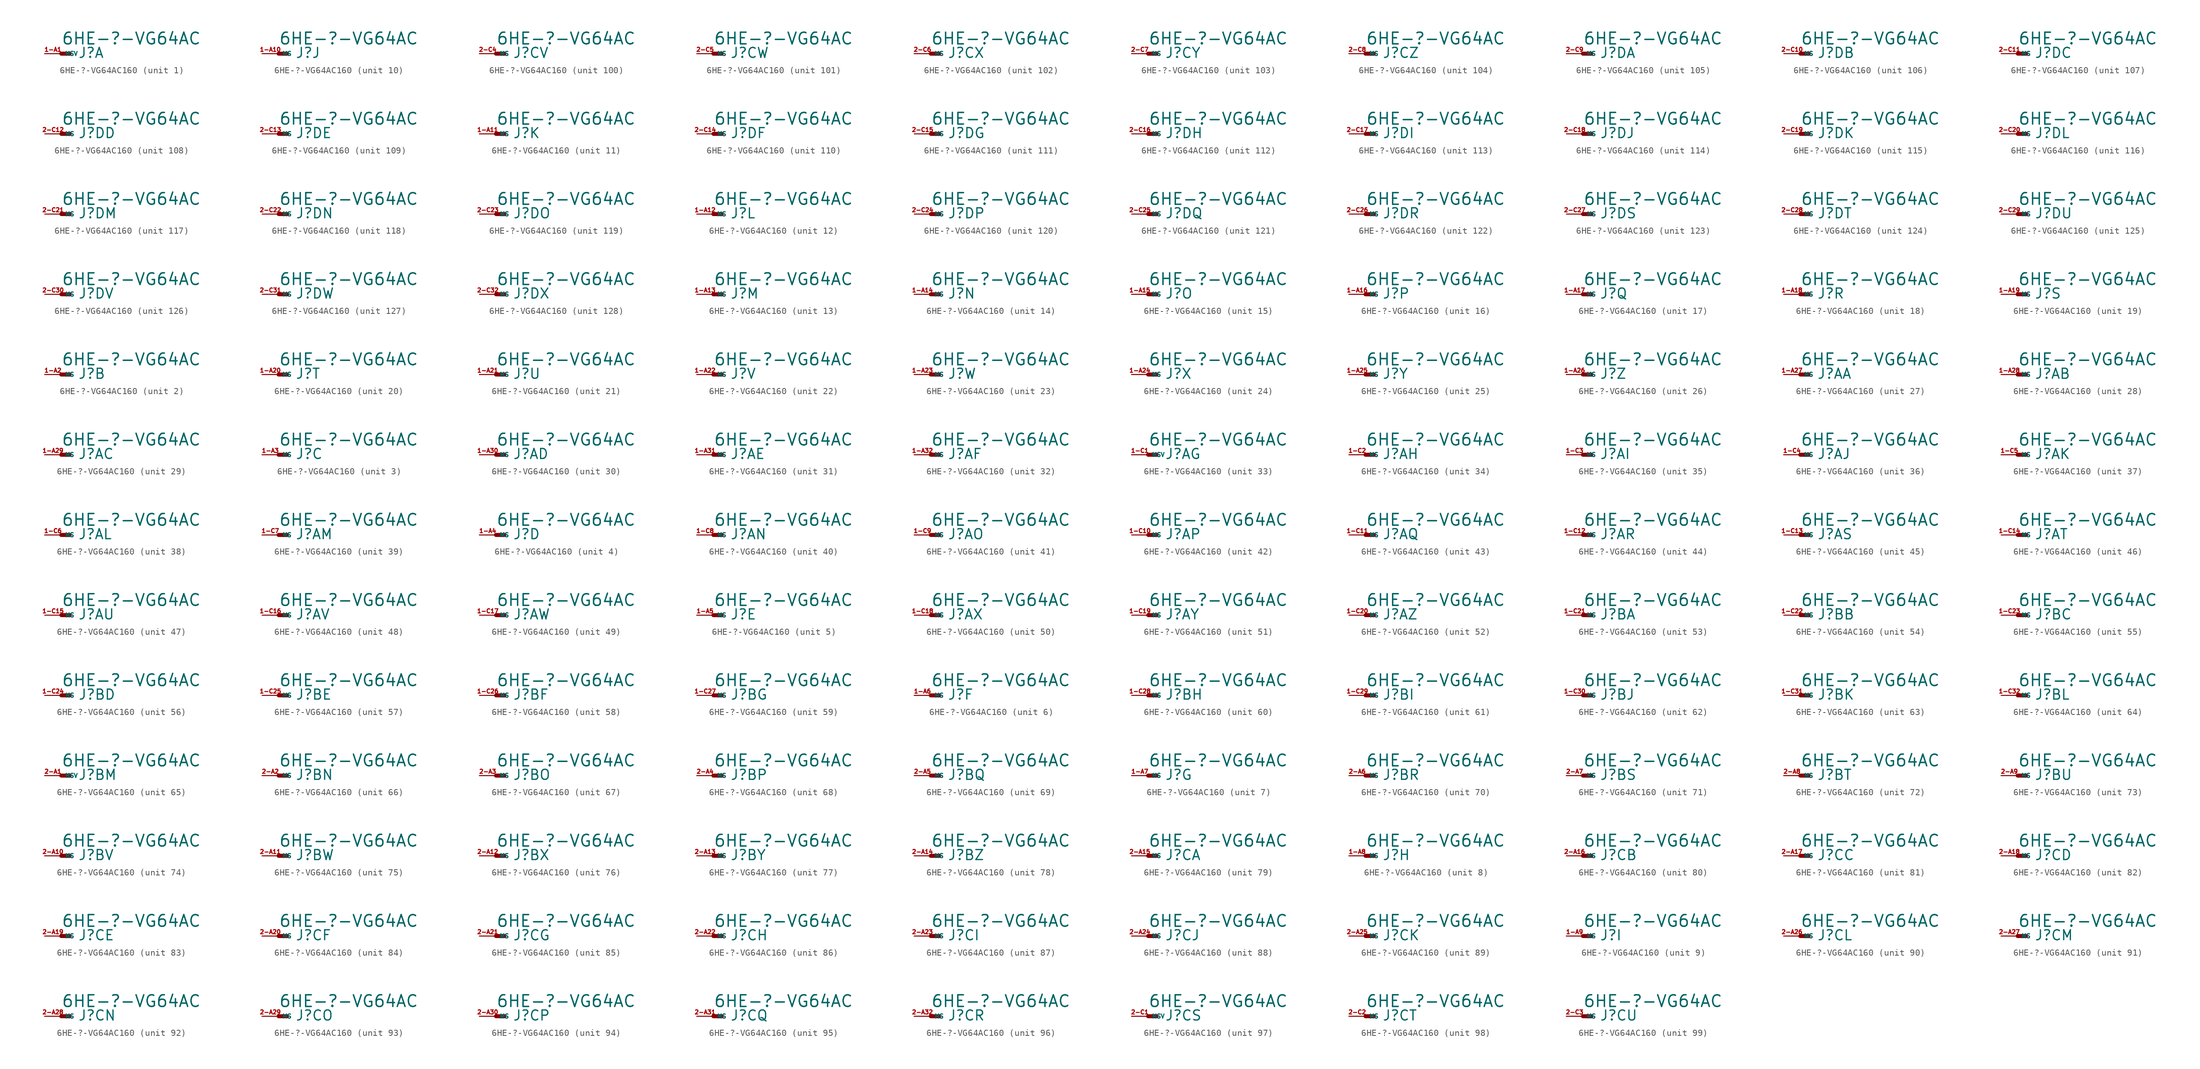
<source format=kicad_sym>
(kicad_symbol_lib
  (version 20220914)
  (generator Eagle2Kicad)
  (symbol "6HE-?-VG64AC160"
    (property "Reference" "J"
      (at 2.54 -0.762 0)
      (effects (font (size 1.524 1.524) (thickness 0.19)) (justify left bottom)))
    (property "Value" "6HE-?-VG64AC"
      (at 0 1.27 0)
      (effects (font (size 1.778 1.778) (thickness 0.22)) (justify left bottom)))
    (symbol "6HE-?-VG64AC160_1_0"
      (polyline (pts (xy 0 0) (xy 1.27 0)) (stroke (width 0.61) (type default)) (fill (type none)))
      (pin passive line (at -2.54 0 0) (length 2.54) (name "MSV" (effects (font (size 0.635 0.635) (thickness 0.08)) (justify left bottom))) (number "1-A1" (effects (font (size 0.635 0.635) (thickness 0.08)) (justify left bottom)))))
    (symbol "6HE-?-VG64AC160_2_0"
      (polyline (pts (xy 0 0) (xy 1.27 0)) (stroke (width 0.61) (type default)) (fill (type none)))
      (pin passive line (at -2.54 0 0) (length 2.54) (name "MS" (effects (font (size 0.635 0.635) (thickness 0.08)) (justify left bottom))) (number "1-A2" (effects (font (size 0.635 0.635) (thickness 0.08)) (justify left bottom)))))
    (symbol "6HE-?-VG64AC160_3_0"
      (polyline (pts (xy 0 0) (xy 1.27 0)) (stroke (width 0.61) (type default)) (fill (type none)))
      (pin passive line (at -2.54 0 0) (length 2.54) (name "MS" (effects (font (size 0.635 0.635) (thickness 0.08)) (justify left bottom))) (number "1-A3" (effects (font (size 0.635 0.635) (thickness 0.08)) (justify left bottom)))))
    (symbol "6HE-?-VG64AC160_4_0"
      (polyline (pts (xy 0 0) (xy 1.27 0)) (stroke (width 0.61) (type default)) (fill (type none)))
      (pin passive line (at -2.54 0 0) (length 2.54) (name "MS" (effects (font (size 0.635 0.635) (thickness 0.08)) (justify left bottom))) (number "1-A4" (effects (font (size 0.635 0.635) (thickness 0.08)) (justify left bottom)))))
    (symbol "6HE-?-VG64AC160_5_0"
      (polyline (pts (xy 0 0) (xy 1.27 0)) (stroke (width 0.61) (type default)) (fill (type none)))
      (pin passive line (at -2.54 0 0) (length 2.54) (name "MS" (effects (font (size 0.635 0.635) (thickness 0.08)) (justify left bottom))) (number "1-A5" (effects (font (size 0.635 0.635) (thickness 0.08)) (justify left bottom)))))
    (symbol "6HE-?-VG64AC160_6_0"
      (polyline (pts (xy 0 0) (xy 1.27 0)) (stroke (width 0.61) (type default)) (fill (type none)))
      (pin passive line (at -2.54 0 0) (length 2.54) (name "MS" (effects (font (size 0.635 0.635) (thickness 0.08)) (justify left bottom))) (number "1-A6" (effects (font (size 0.635 0.635) (thickness 0.08)) (justify left bottom)))))
    (symbol "6HE-?-VG64AC160_7_0"
      (polyline (pts (xy 0 0) (xy 1.27 0)) (stroke (width 0.61) (type default)) (fill (type none)))
      (pin passive line (at -2.54 0 0) (length 2.54) (name "MS" (effects (font (size 0.635 0.635) (thickness 0.08)) (justify left bottom))) (number "1-A7" (effects (font (size 0.635 0.635) (thickness 0.08)) (justify left bottom)))))
    (symbol "6HE-?-VG64AC160_8_0"
      (polyline (pts (xy 0 0) (xy 1.27 0)) (stroke (width 0.61) (type default)) (fill (type none)))
      (pin passive line (at -2.54 0 0) (length 2.54) (name "MS" (effects (font (size 0.635 0.635) (thickness 0.08)) (justify left bottom))) (number "1-A8" (effects (font (size 0.635 0.635) (thickness 0.08)) (justify left bottom)))))
    (symbol "6HE-?-VG64AC160_9_0"
      (polyline (pts (xy 0 0) (xy 1.27 0)) (stroke (width 0.61) (type default)) (fill (type none)))
      (pin passive line (at -2.54 0 0) (length 2.54) (name "MS" (effects (font (size 0.635 0.635) (thickness 0.08)) (justify left bottom))) (number "1-A9" (effects (font (size 0.635 0.635) (thickness 0.08)) (justify left bottom)))))
    (symbol "6HE-?-VG64AC160_10_0"
      (polyline (pts (xy 0 0) (xy 1.27 0)) (stroke (width 0.61) (type default)) (fill (type none)))
      (pin passive line (at -2.54 0 0) (length 2.54) (name "MS" (effects (font (size 0.635 0.635) (thickness 0.08)) (justify left bottom))) (number "1-A10" (effects (font (size 0.635 0.635) (thickness 0.08)) (justify left bottom)))))
    (symbol "6HE-?-VG64AC160_11_0"
      (polyline (pts (xy 0 0) (xy 1.27 0)) (stroke (width 0.61) (type default)) (fill (type none)))
      (pin passive line (at -2.54 0 0) (length 2.54) (name "MS" (effects (font (size 0.635 0.635) (thickness 0.08)) (justify left bottom))) (number "1-A11" (effects (font (size 0.635 0.635) (thickness 0.08)) (justify left bottom)))))
    (symbol "6HE-?-VG64AC160_12_0"
      (polyline (pts (xy 0 0) (xy 1.27 0)) (stroke (width 0.61) (type default)) (fill (type none)))
      (pin passive line (at -2.54 0 0) (length 2.54) (name "MS" (effects (font (size 0.635 0.635) (thickness 0.08)) (justify left bottom))) (number "1-A12" (effects (font (size 0.635 0.635) (thickness 0.08)) (justify left bottom)))))
    (symbol "6HE-?-VG64AC160_13_0"
      (polyline (pts (xy 0 0) (xy 1.27 0)) (stroke (width 0.61) (type default)) (fill (type none)))
      (pin passive line (at -2.54 0 0) (length 2.54) (name "MS" (effects (font (size 0.635 0.635) (thickness 0.08)) (justify left bottom))) (number "1-A13" (effects (font (size 0.635 0.635) (thickness 0.08)) (justify left bottom)))))
    (symbol "6HE-?-VG64AC160_14_0"
      (polyline (pts (xy 0 0) (xy 1.27 0)) (stroke (width 0.61) (type default)) (fill (type none)))
      (pin passive line (at -2.54 0 0) (length 2.54) (name "MS" (effects (font (size 0.635 0.635) (thickness 0.08)) (justify left bottom))) (number "1-A14" (effects (font (size 0.635 0.635) (thickness 0.08)) (justify left bottom)))))
    (symbol "6HE-?-VG64AC160_15_0"
      (polyline (pts (xy 0 0) (xy 1.27 0)) (stroke (width 0.61) (type default)) (fill (type none)))
      (pin passive line (at -2.54 0 0) (length 2.54) (name "MS" (effects (font (size 0.635 0.635) (thickness 0.08)) (justify left bottom))) (number "1-A15" (effects (font (size 0.635 0.635) (thickness 0.08)) (justify left bottom)))))
    (symbol "6HE-?-VG64AC160_16_0"
      (polyline (pts (xy 0 0) (xy 1.27 0)) (stroke (width 0.61) (type default)) (fill (type none)))
      (pin passive line (at -2.54 0 0) (length 2.54) (name "MS" (effects (font (size 0.635 0.635) (thickness 0.08)) (justify left bottom))) (number "1-A16" (effects (font (size 0.635 0.635) (thickness 0.08)) (justify left bottom)))))
    (symbol "6HE-?-VG64AC160_17_0"
      (polyline (pts (xy 0 0) (xy 1.27 0)) (stroke (width 0.61) (type default)) (fill (type none)))
      (pin passive line (at -2.54 0 0) (length 2.54) (name "MS" (effects (font (size 0.635 0.635) (thickness 0.08)) (justify left bottom))) (number "1-A17" (effects (font (size 0.635 0.635) (thickness 0.08)) (justify left bottom)))))
    (symbol "6HE-?-VG64AC160_18_0"
      (polyline (pts (xy 0 0) (xy 1.27 0)) (stroke (width 0.61) (type default)) (fill (type none)))
      (pin passive line (at -2.54 0 0) (length 2.54) (name "MS" (effects (font (size 0.635 0.635) (thickness 0.08)) (justify left bottom))) (number "1-A18" (effects (font (size 0.635 0.635) (thickness 0.08)) (justify left bottom)))))
    (symbol "6HE-?-VG64AC160_19_0"
      (polyline (pts (xy 0 0) (xy 1.27 0)) (stroke (width 0.61) (type default)) (fill (type none)))
      (pin passive line (at -2.54 0 0) (length 2.54) (name "MS" (effects (font (size 0.635 0.635) (thickness 0.08)) (justify left bottom))) (number "1-A19" (effects (font (size 0.635 0.635) (thickness 0.08)) (justify left bottom)))))
    (symbol "6HE-?-VG64AC160_20_0"
      (polyline (pts (xy 0 0) (xy 1.27 0)) (stroke (width 0.61) (type default)) (fill (type none)))
      (pin passive line (at -2.54 0 0) (length 2.54) (name "MS" (effects (font (size 0.635 0.635) (thickness 0.08)) (justify left bottom))) (number "1-A20" (effects (font (size 0.635 0.635) (thickness 0.08)) (justify left bottom)))))
    (symbol "6HE-?-VG64AC160_21_0"
      (polyline (pts (xy 0 0) (xy 1.27 0)) (stroke (width 0.61) (type default)) (fill (type none)))
      (pin passive line (at -2.54 0 0) (length 2.54) (name "MS" (effects (font (size 0.635 0.635) (thickness 0.08)) (justify left bottom))) (number "1-A21" (effects (font (size 0.635 0.635) (thickness 0.08)) (justify left bottom)))))
    (symbol "6HE-?-VG64AC160_22_0"
      (polyline (pts (xy 0 0) (xy 1.27 0)) (stroke (width 0.61) (type default)) (fill (type none)))
      (pin passive line (at -2.54 0 0) (length 2.54) (name "MS" (effects (font (size 0.635 0.635) (thickness 0.08)) (justify left bottom))) (number "1-A22" (effects (font (size 0.635 0.635) (thickness 0.08)) (justify left bottom)))))
    (symbol "6HE-?-VG64AC160_23_0"
      (polyline (pts (xy 0 0) (xy 1.27 0)) (stroke (width 0.61) (type default)) (fill (type none)))
      (pin passive line (at -2.54 0 0) (length 2.54) (name "MS" (effects (font (size 0.635 0.635) (thickness 0.08)) (justify left bottom))) (number "1-A23" (effects (font (size 0.635 0.635) (thickness 0.08)) (justify left bottom)))))
    (symbol "6HE-?-VG64AC160_24_0"
      (polyline (pts (xy 0 0) (xy 1.27 0)) (stroke (width 0.61) (type default)) (fill (type none)))
      (pin passive line (at -2.54 0 0) (length 2.54) (name "MS" (effects (font (size 0.635 0.635) (thickness 0.08)) (justify left bottom))) (number "1-A24" (effects (font (size 0.635 0.635) (thickness 0.08)) (justify left bottom)))))
    (symbol "6HE-?-VG64AC160_25_0"
      (polyline (pts (xy 0 0) (xy 1.27 0)) (stroke (width 0.61) (type default)) (fill (type none)))
      (pin passive line (at -2.54 0 0) (length 2.54) (name "MS" (effects (font (size 0.635 0.635) (thickness 0.08)) (justify left bottom))) (number "1-A25" (effects (font (size 0.635 0.635) (thickness 0.08)) (justify left bottom)))))
    (symbol "6HE-?-VG64AC160_26_0"
      (polyline (pts (xy 0 0) (xy 1.27 0)) (stroke (width 0.61) (type default)) (fill (type none)))
      (pin passive line (at -2.54 0 0) (length 2.54) (name "MS" (effects (font (size 0.635 0.635) (thickness 0.08)) (justify left bottom))) (number "1-A26" (effects (font (size 0.635 0.635) (thickness 0.08)) (justify left bottom)))))
    (symbol "6HE-?-VG64AC160_27_0"
      (polyline (pts (xy 0 0) (xy 1.27 0)) (stroke (width 0.61) (type default)) (fill (type none)))
      (pin passive line (at -2.54 0 0) (length 2.54) (name "MS" (effects (font (size 0.635 0.635) (thickness 0.08)) (justify left bottom))) (number "1-A27" (effects (font (size 0.635 0.635) (thickness 0.08)) (justify left bottom)))))
    (symbol "6HE-?-VG64AC160_28_0"
      (polyline (pts (xy 0 0) (xy 1.27 0)) (stroke (width 0.61) (type default)) (fill (type none)))
      (pin passive line (at -2.54 0 0) (length 2.54) (name "MS" (effects (font (size 0.635 0.635) (thickness 0.08)) (justify left bottom))) (number "1-A28" (effects (font (size 0.635 0.635) (thickness 0.08)) (justify left bottom)))))
    (symbol "6HE-?-VG64AC160_29_0"
      (polyline (pts (xy 0 0) (xy 1.27 0)) (stroke (width 0.61) (type default)) (fill (type none)))
      (pin passive line (at -2.54 0 0) (length 2.54) (name "MS" (effects (font (size 0.635 0.635) (thickness 0.08)) (justify left bottom))) (number "1-A29" (effects (font (size 0.635 0.635) (thickness 0.08)) (justify left bottom)))))
    (symbol "6HE-?-VG64AC160_30_0"
      (polyline (pts (xy 0 0) (xy 1.27 0)) (stroke (width 0.61) (type default)) (fill (type none)))
      (pin passive line (at -2.54 0 0) (length 2.54) (name "MS" (effects (font (size 0.635 0.635) (thickness 0.08)) (justify left bottom))) (number "1-A30" (effects (font (size 0.635 0.635) (thickness 0.08)) (justify left bottom)))))
    (symbol "6HE-?-VG64AC160_31_0"
      (polyline (pts (xy 0 0) (xy 1.27 0)) (stroke (width 0.61) (type default)) (fill (type none)))
      (pin passive line (at -2.54 0 0) (length 2.54) (name "MS" (effects (font (size 0.635 0.635) (thickness 0.08)) (justify left bottom))) (number "1-A31" (effects (font (size 0.635 0.635) (thickness 0.08)) (justify left bottom)))))
    (symbol "6HE-?-VG64AC160_32_0"
      (polyline (pts (xy 0 0) (xy 1.27 0)) (stroke (width 0.61) (type default)) (fill (type none)))
      (pin passive line (at -2.54 0 0) (length 2.54) (name "MS" (effects (font (size 0.635 0.635) (thickness 0.08)) (justify left bottom))) (number "1-A32" (effects (font (size 0.635 0.635) (thickness 0.08)) (justify left bottom)))))
    (symbol "6HE-?-VG64AC160_33_0"
      (polyline (pts (xy 0 0) (xy 1.27 0)) (stroke (width 0.61) (type default)) (fill (type none)))
      (pin passive line (at -2.54 0 0) (length 2.54) (name "MSV" (effects (font (size 0.635 0.635) (thickness 0.08)) (justify left bottom))) (number "1-C1" (effects (font (size 0.635 0.635) (thickness 0.08)) (justify left bottom)))))
    (symbol "6HE-?-VG64AC160_34_0"
      (polyline (pts (xy 0 0) (xy 1.27 0)) (stroke (width 0.61) (type default)) (fill (type none)))
      (pin passive line (at -2.54 0 0) (length 2.54) (name "MS" (effects (font (size 0.635 0.635) (thickness 0.08)) (justify left bottom))) (number "1-C2" (effects (font (size 0.635 0.635) (thickness 0.08)) (justify left bottom)))))
    (symbol "6HE-?-VG64AC160_35_0"
      (polyline (pts (xy 0 0) (xy 1.27 0)) (stroke (width 0.61) (type default)) (fill (type none)))
      (pin passive line (at -2.54 0 0) (length 2.54) (name "MS" (effects (font (size 0.635 0.635) (thickness 0.08)) (justify left bottom))) (number "1-C3" (effects (font (size 0.635 0.635) (thickness 0.08)) (justify left bottom)))))
    (symbol "6HE-?-VG64AC160_36_0"
      (polyline (pts (xy 0 0) (xy 1.27 0)) (stroke (width 0.61) (type default)) (fill (type none)))
      (pin passive line (at -2.54 0 0) (length 2.54) (name "MS" (effects (font (size 0.635 0.635) (thickness 0.08)) (justify left bottom))) (number "1-C4" (effects (font (size 0.635 0.635) (thickness 0.08)) (justify left bottom)))))
    (symbol "6HE-?-VG64AC160_37_0"
      (polyline (pts (xy 0 0) (xy 1.27 0)) (stroke (width 0.61) (type default)) (fill (type none)))
      (pin passive line (at -2.54 0 0) (length 2.54) (name "MS" (effects (font (size 0.635 0.635) (thickness 0.08)) (justify left bottom))) (number "1-C5" (effects (font (size 0.635 0.635) (thickness 0.08)) (justify left bottom)))))
    (symbol "6HE-?-VG64AC160_38_0"
      (polyline (pts (xy 0 0) (xy 1.27 0)) (stroke (width 0.61) (type default)) (fill (type none)))
      (pin passive line (at -2.54 0 0) (length 2.54) (name "MS" (effects (font (size 0.635 0.635) (thickness 0.08)) (justify left bottom))) (number "1-C6" (effects (font (size 0.635 0.635) (thickness 0.08)) (justify left bottom)))))
    (symbol "6HE-?-VG64AC160_39_0"
      (polyline (pts (xy 0 0) (xy 1.27 0)) (stroke (width 0.61) (type default)) (fill (type none)))
      (pin passive line (at -2.54 0 0) (length 2.54) (name "MS" (effects (font (size 0.635 0.635) (thickness 0.08)) (justify left bottom))) (number "1-C7" (effects (font (size 0.635 0.635) (thickness 0.08)) (justify left bottom)))))
    (symbol "6HE-?-VG64AC160_40_0"
      (polyline (pts (xy 0 0) (xy 1.27 0)) (stroke (width 0.61) (type default)) (fill (type none)))
      (pin passive line (at -2.54 0 0) (length 2.54) (name "MS" (effects (font (size 0.635 0.635) (thickness 0.08)) (justify left bottom))) (number "1-C8" (effects (font (size 0.635 0.635) (thickness 0.08)) (justify left bottom)))))
    (symbol "6HE-?-VG64AC160_41_0"
      (polyline (pts (xy 0 0) (xy 1.27 0)) (stroke (width 0.61) (type default)) (fill (type none)))
      (pin passive line (at -2.54 0 0) (length 2.54) (name "MS" (effects (font (size 0.635 0.635) (thickness 0.08)) (justify left bottom))) (number "1-C9" (effects (font (size 0.635 0.635) (thickness 0.08)) (justify left bottom)))))
    (symbol "6HE-?-VG64AC160_42_0"
      (polyline (pts (xy 0 0) (xy 1.27 0)) (stroke (width 0.61) (type default)) (fill (type none)))
      (pin passive line (at -2.54 0 0) (length 2.54) (name "MS" (effects (font (size 0.635 0.635) (thickness 0.08)) (justify left bottom))) (number "1-C10" (effects (font (size 0.635 0.635) (thickness 0.08)) (justify left bottom)))))
    (symbol "6HE-?-VG64AC160_43_0"
      (polyline (pts (xy 0 0) (xy 1.27 0)) (stroke (width 0.61) (type default)) (fill (type none)))
      (pin passive line (at -2.54 0 0) (length 2.54) (name "MS" (effects (font (size 0.635 0.635) (thickness 0.08)) (justify left bottom))) (number "1-C11" (effects (font (size 0.635 0.635) (thickness 0.08)) (justify left bottom)))))
    (symbol "6HE-?-VG64AC160_44_0"
      (polyline (pts (xy 0 0) (xy 1.27 0)) (stroke (width 0.61) (type default)) (fill (type none)))
      (pin passive line (at -2.54 0 0) (length 2.54) (name "MS" (effects (font (size 0.635 0.635) (thickness 0.08)) (justify left bottom))) (number "1-C12" (effects (font (size 0.635 0.635) (thickness 0.08)) (justify left bottom)))))
    (symbol "6HE-?-VG64AC160_45_0"
      (polyline (pts (xy 0 0) (xy 1.27 0)) (stroke (width 0.61) (type default)) (fill (type none)))
      (pin passive line (at -2.54 0 0) (length 2.54) (name "MS" (effects (font (size 0.635 0.635) (thickness 0.08)) (justify left bottom))) (number "1-C13" (effects (font (size 0.635 0.635) (thickness 0.08)) (justify left bottom)))))
    (symbol "6HE-?-VG64AC160_46_0"
      (polyline (pts (xy 0 0) (xy 1.27 0)) (stroke (width 0.61) (type default)) (fill (type none)))
      (pin passive line (at -2.54 0 0) (length 2.54) (name "MS" (effects (font (size 0.635 0.635) (thickness 0.08)) (justify left bottom))) (number "1-C14" (effects (font (size 0.635 0.635) (thickness 0.08)) (justify left bottom)))))
    (symbol "6HE-?-VG64AC160_47_0"
      (polyline (pts (xy 0 0) (xy 1.27 0)) (stroke (width 0.61) (type default)) (fill (type none)))
      (pin passive line (at -2.54 0 0) (length 2.54) (name "MS" (effects (font (size 0.635 0.635) (thickness 0.08)) (justify left bottom))) (number "1-C15" (effects (font (size 0.635 0.635) (thickness 0.08)) (justify left bottom)))))
    (symbol "6HE-?-VG64AC160_48_0"
      (polyline (pts (xy 0 0) (xy 1.27 0)) (stroke (width 0.61) (type default)) (fill (type none)))
      (pin passive line (at -2.54 0 0) (length 2.54) (name "MS" (effects (font (size 0.635 0.635) (thickness 0.08)) (justify left bottom))) (number "1-C16" (effects (font (size 0.635 0.635) (thickness 0.08)) (justify left bottom)))))
    (symbol "6HE-?-VG64AC160_49_0"
      (polyline (pts (xy 0 0) (xy 1.27 0)) (stroke (width 0.61) (type default)) (fill (type none)))
      (pin passive line (at -2.54 0 0) (length 2.54) (name "MS" (effects (font (size 0.635 0.635) (thickness 0.08)) (justify left bottom))) (number "1-C17" (effects (font (size 0.635 0.635) (thickness 0.08)) (justify left bottom)))))
    (symbol "6HE-?-VG64AC160_50_0"
      (polyline (pts (xy 0 0) (xy 1.27 0)) (stroke (width 0.61) (type default)) (fill (type none)))
      (pin passive line (at -2.54 0 0) (length 2.54) (name "MS" (effects (font (size 0.635 0.635) (thickness 0.08)) (justify left bottom))) (number "1-C18" (effects (font (size 0.635 0.635) (thickness 0.08)) (justify left bottom)))))
    (symbol "6HE-?-VG64AC160_51_0"
      (polyline (pts (xy 0 0) (xy 1.27 0)) (stroke (width 0.61) (type default)) (fill (type none)))
      (pin passive line (at -2.54 0 0) (length 2.54) (name "MS" (effects (font (size 0.635 0.635) (thickness 0.08)) (justify left bottom))) (number "1-C19" (effects (font (size 0.635 0.635) (thickness 0.08)) (justify left bottom)))))
    (symbol "6HE-?-VG64AC160_52_0"
      (polyline (pts (xy 0 0) (xy 1.27 0)) (stroke (width 0.61) (type default)) (fill (type none)))
      (pin passive line (at -2.54 0 0) (length 2.54) (name "MS" (effects (font (size 0.635 0.635) (thickness 0.08)) (justify left bottom))) (number "1-C20" (effects (font (size 0.635 0.635) (thickness 0.08)) (justify left bottom)))))
    (symbol "6HE-?-VG64AC160_53_0"
      (polyline (pts (xy 0 0) (xy 1.27 0)) (stroke (width 0.61) (type default)) (fill (type none)))
      (pin passive line (at -2.54 0 0) (length 2.54) (name "MS" (effects (font (size 0.635 0.635) (thickness 0.08)) (justify left bottom))) (number "1-C21" (effects (font (size 0.635 0.635) (thickness 0.08)) (justify left bottom)))))
    (symbol "6HE-?-VG64AC160_54_0"
      (polyline (pts (xy 0 0) (xy 1.27 0)) (stroke (width 0.61) (type default)) (fill (type none)))
      (pin passive line (at -2.54 0 0) (length 2.54) (name "MS" (effects (font (size 0.635 0.635) (thickness 0.08)) (justify left bottom))) (number "1-C22" (effects (font (size 0.635 0.635) (thickness 0.08)) (justify left bottom)))))
    (symbol "6HE-?-VG64AC160_55_0"
      (polyline (pts (xy 0 0) (xy 1.27 0)) (stroke (width 0.61) (type default)) (fill (type none)))
      (pin passive line (at -2.54 0 0) (length 2.54) (name "MS" (effects (font (size 0.635 0.635) (thickness 0.08)) (justify left bottom))) (number "1-C23" (effects (font (size 0.635 0.635) (thickness 0.08)) (justify left bottom)))))
    (symbol "6HE-?-VG64AC160_56_0"
      (polyline (pts (xy 0 0) (xy 1.27 0)) (stroke (width 0.61) (type default)) (fill (type none)))
      (pin passive line (at -2.54 0 0) (length 2.54) (name "MS" (effects (font (size 0.635 0.635) (thickness 0.08)) (justify left bottom))) (number "1-C24" (effects (font (size 0.635 0.635) (thickness 0.08)) (justify left bottom)))))
    (symbol "6HE-?-VG64AC160_57_0"
      (polyline (pts (xy 0 0) (xy 1.27 0)) (stroke (width 0.61) (type default)) (fill (type none)))
      (pin passive line (at -2.54 0 0) (length 2.54) (name "MS" (effects (font (size 0.635 0.635) (thickness 0.08)) (justify left bottom))) (number "1-C25" (effects (font (size 0.635 0.635) (thickness 0.08)) (justify left bottom)))))
    (symbol "6HE-?-VG64AC160_58_0"
      (polyline (pts (xy 0 0) (xy 1.27 0)) (stroke (width 0.61) (type default)) (fill (type none)))
      (pin passive line (at -2.54 0 0) (length 2.54) (name "MS" (effects (font (size 0.635 0.635) (thickness 0.08)) (justify left bottom))) (number "1-C26" (effects (font (size 0.635 0.635) (thickness 0.08)) (justify left bottom)))))
    (symbol "6HE-?-VG64AC160_59_0"
      (polyline (pts (xy 0 0) (xy 1.27 0)) (stroke (width 0.61) (type default)) (fill (type none)))
      (pin passive line (at -2.54 0 0) (length 2.54) (name "MS" (effects (font (size 0.635 0.635) (thickness 0.08)) (justify left bottom))) (number "1-C27" (effects (font (size 0.635 0.635) (thickness 0.08)) (justify left bottom)))))
    (symbol "6HE-?-VG64AC160_60_0"
      (polyline (pts (xy 0 0) (xy 1.27 0)) (stroke (width 0.61) (type default)) (fill (type none)))
      (pin passive line (at -2.54 0 0) (length 2.54) (name "MS" (effects (font (size 0.635 0.635) (thickness 0.08)) (justify left bottom))) (number "1-C28" (effects (font (size 0.635 0.635) (thickness 0.08)) (justify left bottom)))))
    (symbol "6HE-?-VG64AC160_61_0"
      (polyline (pts (xy 0 0) (xy 1.27 0)) (stroke (width 0.61) (type default)) (fill (type none)))
      (pin passive line (at -2.54 0 0) (length 2.54) (name "MS" (effects (font (size 0.635 0.635) (thickness 0.08)) (justify left bottom))) (number "1-C29" (effects (font (size 0.635 0.635) (thickness 0.08)) (justify left bottom)))))
    (symbol "6HE-?-VG64AC160_62_0"
      (polyline (pts (xy 0 0) (xy 1.27 0)) (stroke (width 0.61) (type default)) (fill (type none)))
      (pin passive line (at -2.54 0 0) (length 2.54) (name "MS" (effects (font (size 0.635 0.635) (thickness 0.08)) (justify left bottom))) (number "1-C30" (effects (font (size 0.635 0.635) (thickness 0.08)) (justify left bottom)))))
    (symbol "6HE-?-VG64AC160_63_0"
      (polyline (pts (xy 0 0) (xy 1.27 0)) (stroke (width 0.61) (type default)) (fill (type none)))
      (pin passive line (at -2.54 0 0) (length 2.54) (name "MS" (effects (font (size 0.635 0.635) (thickness 0.08)) (justify left bottom))) (number "1-C31" (effects (font (size 0.635 0.635) (thickness 0.08)) (justify left bottom)))))
    (symbol "6HE-?-VG64AC160_64_0"
      (polyline (pts (xy 0 0) (xy 1.27 0)) (stroke (width 0.61) (type default)) (fill (type none)))
      (pin passive line (at -2.54 0 0) (length 2.54) (name "MS" (effects (font (size 0.635 0.635) (thickness 0.08)) (justify left bottom))) (number "1-C32" (effects (font (size 0.635 0.635) (thickness 0.08)) (justify left bottom)))))
    (symbol "6HE-?-VG64AC160_65_0"
      (polyline (pts (xy 0 0) (xy 1.27 0)) (stroke (width 0.61) (type default)) (fill (type none)))
      (pin passive line (at -2.54 0 0) (length 2.54) (name "MSV" (effects (font (size 0.635 0.635) (thickness 0.08)) (justify left bottom))) (number "2-A1" (effects (font (size 0.635 0.635) (thickness 0.08)) (justify left bottom)))))
    (symbol "6HE-?-VG64AC160_66_0"
      (polyline (pts (xy 0 0) (xy 1.27 0)) (stroke (width 0.61) (type default)) (fill (type none)))
      (pin passive line (at -2.54 0 0) (length 2.54) (name "MS" (effects (font (size 0.635 0.635) (thickness 0.08)) (justify left bottom))) (number "2-A2" (effects (font (size 0.635 0.635) (thickness 0.08)) (justify left bottom)))))
    (symbol "6HE-?-VG64AC160_67_0"
      (polyline (pts (xy 0 0) (xy 1.27 0)) (stroke (width 0.61) (type default)) (fill (type none)))
      (pin passive line (at -2.54 0 0) (length 2.54) (name "MS" (effects (font (size 0.635 0.635) (thickness 0.08)) (justify left bottom))) (number "2-A3" (effects (font (size 0.635 0.635) (thickness 0.08)) (justify left bottom)))))
    (symbol "6HE-?-VG64AC160_68_0"
      (polyline (pts (xy 0 0) (xy 1.27 0)) (stroke (width 0.61) (type default)) (fill (type none)))
      (pin passive line (at -2.54 0 0) (length 2.54) (name "MS" (effects (font (size 0.635 0.635) (thickness 0.08)) (justify left bottom))) (number "2-A4" (effects (font (size 0.635 0.635) (thickness 0.08)) (justify left bottom)))))
    (symbol "6HE-?-VG64AC160_69_0"
      (polyline (pts (xy 0 0) (xy 1.27 0)) (stroke (width 0.61) (type default)) (fill (type none)))
      (pin passive line (at -2.54 0 0) (length 2.54) (name "MS" (effects (font (size 0.635 0.635) (thickness 0.08)) (justify left bottom))) (number "2-A5" (effects (font (size 0.635 0.635) (thickness 0.08)) (justify left bottom)))))
    (symbol "6HE-?-VG64AC160_70_0"
      (polyline (pts (xy 0 0) (xy 1.27 0)) (stroke (width 0.61) (type default)) (fill (type none)))
      (pin passive line (at -2.54 0 0) (length 2.54) (name "MS" (effects (font (size 0.635 0.635) (thickness 0.08)) (justify left bottom))) (number "2-A6" (effects (font (size 0.635 0.635) (thickness 0.08)) (justify left bottom)))))
    (symbol "6HE-?-VG64AC160_71_0"
      (polyline (pts (xy 0 0) (xy 1.27 0)) (stroke (width 0.61) (type default)) (fill (type none)))
      (pin passive line (at -2.54 0 0) (length 2.54) (name "MS" (effects (font (size 0.635 0.635) (thickness 0.08)) (justify left bottom))) (number "2-A7" (effects (font (size 0.635 0.635) (thickness 0.08)) (justify left bottom)))))
    (symbol "6HE-?-VG64AC160_72_0"
      (polyline (pts (xy 0 0) (xy 1.27 0)) (stroke (width 0.61) (type default)) (fill (type none)))
      (pin passive line (at -2.54 0 0) (length 2.54) (name "MS" (effects (font (size 0.635 0.635) (thickness 0.08)) (justify left bottom))) (number "2-A8" (effects (font (size 0.635 0.635) (thickness 0.08)) (justify left bottom)))))
    (symbol "6HE-?-VG64AC160_73_0"
      (polyline (pts (xy 0 0) (xy 1.27 0)) (stroke (width 0.61) (type default)) (fill (type none)))
      (pin passive line (at -2.54 0 0) (length 2.54) (name "MS" (effects (font (size 0.635 0.635) (thickness 0.08)) (justify left bottom))) (number "2-A9" (effects (font (size 0.635 0.635) (thickness 0.08)) (justify left bottom)))))
    (symbol "6HE-?-VG64AC160_74_0"
      (polyline (pts (xy 0 0) (xy 1.27 0)) (stroke (width 0.61) (type default)) (fill (type none)))
      (pin passive line (at -2.54 0 0) (length 2.54) (name "MS" (effects (font (size 0.635 0.635) (thickness 0.08)) (justify left bottom))) (number "2-A10" (effects (font (size 0.635 0.635) (thickness 0.08)) (justify left bottom)))))
    (symbol "6HE-?-VG64AC160_75_0"
      (polyline (pts (xy 0 0) (xy 1.27 0)) (stroke (width 0.61) (type default)) (fill (type none)))
      (pin passive line (at -2.54 0 0) (length 2.54) (name "MS" (effects (font (size 0.635 0.635) (thickness 0.08)) (justify left bottom))) (number "2-A11" (effects (font (size 0.635 0.635) (thickness 0.08)) (justify left bottom)))))
    (symbol "6HE-?-VG64AC160_76_0"
      (polyline (pts (xy 0 0) (xy 1.27 0)) (stroke (width 0.61) (type default)) (fill (type none)))
      (pin passive line (at -2.54 0 0) (length 2.54) (name "MS" (effects (font (size 0.635 0.635) (thickness 0.08)) (justify left bottom))) (number "2-A12" (effects (font (size 0.635 0.635) (thickness 0.08)) (justify left bottom)))))
    (symbol "6HE-?-VG64AC160_77_0"
      (polyline (pts (xy 0 0) (xy 1.27 0)) (stroke (width 0.61) (type default)) (fill (type none)))
      (pin passive line (at -2.54 0 0) (length 2.54) (name "MS" (effects (font (size 0.635 0.635) (thickness 0.08)) (justify left bottom))) (number "2-A13" (effects (font (size 0.635 0.635) (thickness 0.08)) (justify left bottom)))))
    (symbol "6HE-?-VG64AC160_78_0"
      (polyline (pts (xy 0 0) (xy 1.27 0)) (stroke (width 0.61) (type default)) (fill (type none)))
      (pin passive line (at -2.54 0 0) (length 2.54) (name "MS" (effects (font (size 0.635 0.635) (thickness 0.08)) (justify left bottom))) (number "2-A14" (effects (font (size 0.635 0.635) (thickness 0.08)) (justify left bottom)))))
    (symbol "6HE-?-VG64AC160_79_0"
      (polyline (pts (xy 0 0) (xy 1.27 0)) (stroke (width 0.61) (type default)) (fill (type none)))
      (pin passive line (at -2.54 0 0) (length 2.54) (name "MS" (effects (font (size 0.635 0.635) (thickness 0.08)) (justify left bottom))) (number "2-A15" (effects (font (size 0.635 0.635) (thickness 0.08)) (justify left bottom)))))
    (symbol "6HE-?-VG64AC160_80_0"
      (polyline (pts (xy 0 0) (xy 1.27 0)) (stroke (width 0.61) (type default)) (fill (type none)))
      (pin passive line (at -2.54 0 0) (length 2.54) (name "MS" (effects (font (size 0.635 0.635) (thickness 0.08)) (justify left bottom))) (number "2-A16" (effects (font (size 0.635 0.635) (thickness 0.08)) (justify left bottom)))))
    (symbol "6HE-?-VG64AC160_81_0"
      (polyline (pts (xy 0 0) (xy 1.27 0)) (stroke (width 0.61) (type default)) (fill (type none)))
      (pin passive line (at -2.54 0 0) (length 2.54) (name "MS" (effects (font (size 0.635 0.635) (thickness 0.08)) (justify left bottom))) (number "2-A17" (effects (font (size 0.635 0.635) (thickness 0.08)) (justify left bottom)))))
    (symbol "6HE-?-VG64AC160_82_0"
      (polyline (pts (xy 0 0) (xy 1.27 0)) (stroke (width 0.61) (type default)) (fill (type none)))
      (pin passive line (at -2.54 0 0) (length 2.54) (name "MS" (effects (font (size 0.635 0.635) (thickness 0.08)) (justify left bottom))) (number "2-A18" (effects (font (size 0.635 0.635) (thickness 0.08)) (justify left bottom)))))
    (symbol "6HE-?-VG64AC160_83_0"
      (polyline (pts (xy 0 0) (xy 1.27 0)) (stroke (width 0.61) (type default)) (fill (type none)))
      (pin passive line (at -2.54 0 0) (length 2.54) (name "MS" (effects (font (size 0.635 0.635) (thickness 0.08)) (justify left bottom))) (number "2-A19" (effects (font (size 0.635 0.635) (thickness 0.08)) (justify left bottom)))))
    (symbol "6HE-?-VG64AC160_84_0"
      (polyline (pts (xy 0 0) (xy 1.27 0)) (stroke (width 0.61) (type default)) (fill (type none)))
      (pin passive line (at -2.54 0 0) (length 2.54) (name "MS" (effects (font (size 0.635 0.635) (thickness 0.08)) (justify left bottom))) (number "2-A20" (effects (font (size 0.635 0.635) (thickness 0.08)) (justify left bottom)))))
    (symbol "6HE-?-VG64AC160_85_0"
      (polyline (pts (xy 0 0) (xy 1.27 0)) (stroke (width 0.61) (type default)) (fill (type none)))
      (pin passive line (at -2.54 0 0) (length 2.54) (name "MS" (effects (font (size 0.635 0.635) (thickness 0.08)) (justify left bottom))) (number "2-A21" (effects (font (size 0.635 0.635) (thickness 0.08)) (justify left bottom)))))
    (symbol "6HE-?-VG64AC160_86_0"
      (polyline (pts (xy 0 0) (xy 1.27 0)) (stroke (width 0.61) (type default)) (fill (type none)))
      (pin passive line (at -2.54 0 0) (length 2.54) (name "MS" (effects (font (size 0.635 0.635) (thickness 0.08)) (justify left bottom))) (number "2-A22" (effects (font (size 0.635 0.635) (thickness 0.08)) (justify left bottom)))))
    (symbol "6HE-?-VG64AC160_87_0"
      (polyline (pts (xy 0 0) (xy 1.27 0)) (stroke (width 0.61) (type default)) (fill (type none)))
      (pin passive line (at -2.54 0 0) (length 2.54) (name "MS" (effects (font (size 0.635 0.635) (thickness 0.08)) (justify left bottom))) (number "2-A23" (effects (font (size 0.635 0.635) (thickness 0.08)) (justify left bottom)))))
    (symbol "6HE-?-VG64AC160_88_0"
      (polyline (pts (xy 0 0) (xy 1.27 0)) (stroke (width 0.61) (type default)) (fill (type none)))
      (pin passive line (at -2.54 0 0) (length 2.54) (name "MS" (effects (font (size 0.635 0.635) (thickness 0.08)) (justify left bottom))) (number "2-A24" (effects (font (size 0.635 0.635) (thickness 0.08)) (justify left bottom)))))
    (symbol "6HE-?-VG64AC160_89_0"
      (polyline (pts (xy 0 0) (xy 1.27 0)) (stroke (width 0.61) (type default)) (fill (type none)))
      (pin passive line (at -2.54 0 0) (length 2.54) (name "MS" (effects (font (size 0.635 0.635) (thickness 0.08)) (justify left bottom))) (number "2-A25" (effects (font (size 0.635 0.635) (thickness 0.08)) (justify left bottom)))))
    (symbol "6HE-?-VG64AC160_90_0"
      (polyline (pts (xy 0 0) (xy 1.27 0)) (stroke (width 0.61) (type default)) (fill (type none)))
      (pin passive line (at -2.54 0 0) (length 2.54) (name "MS" (effects (font (size 0.635 0.635) (thickness 0.08)) (justify left bottom))) (number "2-A26" (effects (font (size 0.635 0.635) (thickness 0.08)) (justify left bottom)))))
    (symbol "6HE-?-VG64AC160_91_0"
      (polyline (pts (xy 0 0) (xy 1.27 0)) (stroke (width 0.61) (type default)) (fill (type none)))
      (pin passive line (at -2.54 0 0) (length 2.54) (name "MS" (effects (font (size 0.635 0.635) (thickness 0.08)) (justify left bottom))) (number "2-A27" (effects (font (size 0.635 0.635) (thickness 0.08)) (justify left bottom)))))
    (symbol "6HE-?-VG64AC160_92_0"
      (polyline (pts (xy 0 0) (xy 1.27 0)) (stroke (width 0.61) (type default)) (fill (type none)))
      (pin passive line (at -2.54 0 0) (length 2.54) (name "MS" (effects (font (size 0.635 0.635) (thickness 0.08)) (justify left bottom))) (number "2-A28" (effects (font (size 0.635 0.635) (thickness 0.08)) (justify left bottom)))))
    (symbol "6HE-?-VG64AC160_93_0"
      (polyline (pts (xy 0 0) (xy 1.27 0)) (stroke (width 0.61) (type default)) (fill (type none)))
      (pin passive line (at -2.54 0 0) (length 2.54) (name "MS" (effects (font (size 0.635 0.635) (thickness 0.08)) (justify left bottom))) (number "2-A29" (effects (font (size 0.635 0.635) (thickness 0.08)) (justify left bottom)))))
    (symbol "6HE-?-VG64AC160_94_0"
      (polyline (pts (xy 0 0) (xy 1.27 0)) (stroke (width 0.61) (type default)) (fill (type none)))
      (pin passive line (at -2.54 0 0) (length 2.54) (name "MS" (effects (font (size 0.635 0.635) (thickness 0.08)) (justify left bottom))) (number "2-A30" (effects (font (size 0.635 0.635) (thickness 0.08)) (justify left bottom)))))
    (symbol "6HE-?-VG64AC160_95_0"
      (polyline (pts (xy 0 0) (xy 1.27 0)) (stroke (width 0.61) (type default)) (fill (type none)))
      (pin passive line (at -2.54 0 0) (length 2.54) (name "MS" (effects (font (size 0.635 0.635) (thickness 0.08)) (justify left bottom))) (number "2-A31" (effects (font (size 0.635 0.635) (thickness 0.08)) (justify left bottom)))))
    (symbol "6HE-?-VG64AC160_96_0"
      (polyline (pts (xy 0 0) (xy 1.27 0)) (stroke (width 0.61) (type default)) (fill (type none)))
      (pin passive line (at -2.54 0 0) (length 2.54) (name "MS" (effects (font (size 0.635 0.635) (thickness 0.08)) (justify left bottom))) (number "2-A32" (effects (font (size 0.635 0.635) (thickness 0.08)) (justify left bottom)))))
    (symbol "6HE-?-VG64AC160_97_0"
      (polyline (pts (xy 0 0) (xy 1.27 0)) (stroke (width 0.61) (type default)) (fill (type none)))
      (pin passive line (at -2.54 0 0) (length 2.54) (name "MSV" (effects (font (size 0.635 0.635) (thickness 0.08)) (justify left bottom))) (number "2-C1" (effects (font (size 0.635 0.635) (thickness 0.08)) (justify left bottom)))))
    (symbol "6HE-?-VG64AC160_98_0"
      (polyline (pts (xy 0 0) (xy 1.27 0)) (stroke (width 0.61) (type default)) (fill (type none)))
      (pin passive line (at -2.54 0 0) (length 2.54) (name "MS" (effects (font (size 0.635 0.635) (thickness 0.08)) (justify left bottom))) (number "2-C2" (effects (font (size 0.635 0.635) (thickness 0.08)) (justify left bottom)))))
    (symbol "6HE-?-VG64AC160_99_0"
      (polyline (pts (xy 0 0) (xy 1.27 0)) (stroke (width 0.61) (type default)) (fill (type none)))
      (pin passive line (at -2.54 0 0) (length 2.54) (name "MS" (effects (font (size 0.635 0.635) (thickness 0.08)) (justify left bottom))) (number "2-C3" (effects (font (size 0.635 0.635) (thickness 0.08)) (justify left bottom)))))
    (symbol "6HE-?-VG64AC160_100_0"
      (polyline (pts (xy 0 0) (xy 1.27 0)) (stroke (width 0.61) (type default)) (fill (type none)))
      (pin passive line (at -2.54 0 0) (length 2.54) (name "MS" (effects (font (size 0.635 0.635) (thickness 0.08)) (justify left bottom))) (number "2-C4" (effects (font (size 0.635 0.635) (thickness 0.08)) (justify left bottom)))))
    (symbol "6HE-?-VG64AC160_101_0"
      (polyline (pts (xy 0 0) (xy 1.27 0)) (stroke (width 0.61) (type default)) (fill (type none)))
      (pin passive line (at -2.54 0 0) (length 2.54) (name "MS" (effects (font (size 0.635 0.635) (thickness 0.08)) (justify left bottom))) (number "2-C5" (effects (font (size 0.635 0.635) (thickness 0.08)) (justify left bottom)))))
    (symbol "6HE-?-VG64AC160_102_0"
      (polyline (pts (xy 0 0) (xy 1.27 0)) (stroke (width 0.61) (type default)) (fill (type none)))
      (pin passive line (at -2.54 0 0) (length 2.54) (name "MS" (effects (font (size 0.635 0.635) (thickness 0.08)) (justify left bottom))) (number "2-C6" (effects (font (size 0.635 0.635) (thickness 0.08)) (justify left bottom)))))
    (symbol "6HE-?-VG64AC160_103_0"
      (polyline (pts (xy 0 0) (xy 1.27 0)) (stroke (width 0.61) (type default)) (fill (type none)))
      (pin passive line (at -2.54 0 0) (length 2.54) (name "MS" (effects (font (size 0.635 0.635) (thickness 0.08)) (justify left bottom))) (number "2-C7" (effects (font (size 0.635 0.635) (thickness 0.08)) (justify left bottom)))))
    (symbol "6HE-?-VG64AC160_104_0"
      (polyline (pts (xy 0 0) (xy 1.27 0)) (stroke (width 0.61) (type default)) (fill (type none)))
      (pin passive line (at -2.54 0 0) (length 2.54) (name "MS" (effects (font (size 0.635 0.635) (thickness 0.08)) (justify left bottom))) (number "2-C8" (effects (font (size 0.635 0.635) (thickness 0.08)) (justify left bottom)))))
    (symbol "6HE-?-VG64AC160_105_0"
      (polyline (pts (xy 0 0) (xy 1.27 0)) (stroke (width 0.61) (type default)) (fill (type none)))
      (pin passive line (at -2.54 0 0) (length 2.54) (name "MS" (effects (font (size 0.635 0.635) (thickness 0.08)) (justify left bottom))) (number "2-C9" (effects (font (size 0.635 0.635) (thickness 0.08)) (justify left bottom)))))
    (symbol "6HE-?-VG64AC160_106_0"
      (polyline (pts (xy 0 0) (xy 1.27 0)) (stroke (width 0.61) (type default)) (fill (type none)))
      (pin passive line (at -2.54 0 0) (length 2.54) (name "MS" (effects (font (size 0.635 0.635) (thickness 0.08)) (justify left bottom))) (number "2-C10" (effects (font (size 0.635 0.635) (thickness 0.08)) (justify left bottom)))))
    (symbol "6HE-?-VG64AC160_107_0"
      (polyline (pts (xy 0 0) (xy 1.27 0)) (stroke (width 0.61) (type default)) (fill (type none)))
      (pin passive line (at -2.54 0 0) (length 2.54) (name "MS" (effects (font (size 0.635 0.635) (thickness 0.08)) (justify left bottom))) (number "2-C11" (effects (font (size 0.635 0.635) (thickness 0.08)) (justify left bottom)))))
    (symbol "6HE-?-VG64AC160_108_0"
      (polyline (pts (xy 0 0) (xy 1.27 0)) (stroke (width 0.61) (type default)) (fill (type none)))
      (pin passive line (at -2.54 0 0) (length 2.54) (name "MS" (effects (font (size 0.635 0.635) (thickness 0.08)) (justify left bottom))) (number "2-C12" (effects (font (size 0.635 0.635) (thickness 0.08)) (justify left bottom)))))
    (symbol "6HE-?-VG64AC160_109_0"
      (polyline (pts (xy 0 0) (xy 1.27 0)) (stroke (width 0.61) (type default)) (fill (type none)))
      (pin passive line (at -2.54 0 0) (length 2.54) (name "MS" (effects (font (size 0.635 0.635) (thickness 0.08)) (justify left bottom))) (number "2-C13" (effects (font (size 0.635 0.635) (thickness 0.08)) (justify left bottom)))))
    (symbol "6HE-?-VG64AC160_110_0"
      (polyline (pts (xy 0 0) (xy 1.27 0)) (stroke (width 0.61) (type default)) (fill (type none)))
      (pin passive line (at -2.54 0 0) (length 2.54) (name "MS" (effects (font (size 0.635 0.635) (thickness 0.08)) (justify left bottom))) (number "2-C14" (effects (font (size 0.635 0.635) (thickness 0.08)) (justify left bottom)))))
    (symbol "6HE-?-VG64AC160_111_0"
      (polyline (pts (xy 0 0) (xy 1.27 0)) (stroke (width 0.61) (type default)) (fill (type none)))
      (pin passive line (at -2.54 0 0) (length 2.54) (name "MS" (effects (font (size 0.635 0.635) (thickness 0.08)) (justify left bottom))) (number "2-C15" (effects (font (size 0.635 0.635) (thickness 0.08)) (justify left bottom)))))
    (symbol "6HE-?-VG64AC160_112_0"
      (polyline (pts (xy 0 0) (xy 1.27 0)) (stroke (width 0.61) (type default)) (fill (type none)))
      (pin passive line (at -2.54 0 0) (length 2.54) (name "MS" (effects (font (size 0.635 0.635) (thickness 0.08)) (justify left bottom))) (number "2-C16" (effects (font (size 0.635 0.635) (thickness 0.08)) (justify left bottom)))))
    (symbol "6HE-?-VG64AC160_113_0"
      (polyline (pts (xy 0 0) (xy 1.27 0)) (stroke (width 0.61) (type default)) (fill (type none)))
      (pin passive line (at -2.54 0 0) (length 2.54) (name "MS" (effects (font (size 0.635 0.635) (thickness 0.08)) (justify left bottom))) (number "2-C17" (effects (font (size 0.635 0.635) (thickness 0.08)) (justify left bottom)))))
    (symbol "6HE-?-VG64AC160_114_0"
      (polyline (pts (xy 0 0) (xy 1.27 0)) (stroke (width 0.61) (type default)) (fill (type none)))
      (pin passive line (at -2.54 0 0) (length 2.54) (name "MS" (effects (font (size 0.635 0.635) (thickness 0.08)) (justify left bottom))) (number "2-C18" (effects (font (size 0.635 0.635) (thickness 0.08)) (justify left bottom)))))
    (symbol "6HE-?-VG64AC160_115_0"
      (polyline (pts (xy 0 0) (xy 1.27 0)) (stroke (width 0.61) (type default)) (fill (type none)))
      (pin passive line (at -2.54 0 0) (length 2.54) (name "MS" (effects (font (size 0.635 0.635) (thickness 0.08)) (justify left bottom))) (number "2-C19" (effects (font (size 0.635 0.635) (thickness 0.08)) (justify left bottom)))))
    (symbol "6HE-?-VG64AC160_116_0"
      (polyline (pts (xy 0 0) (xy 1.27 0)) (stroke (width 0.61) (type default)) (fill (type none)))
      (pin passive line (at -2.54 0 0) (length 2.54) (name "MS" (effects (font (size 0.635 0.635) (thickness 0.08)) (justify left bottom))) (number "2-C20" (effects (font (size 0.635 0.635) (thickness 0.08)) (justify left bottom)))))
    (symbol "6HE-?-VG64AC160_117_0"
      (polyline (pts (xy 0 0) (xy 1.27 0)) (stroke (width 0.61) (type default)) (fill (type none)))
      (pin passive line (at -2.54 0 0) (length 2.54) (name "MS" (effects (font (size 0.635 0.635) (thickness 0.08)) (justify left bottom))) (number "2-C21" (effects (font (size 0.635 0.635) (thickness 0.08)) (justify left bottom)))))
    (symbol "6HE-?-VG64AC160_118_0"
      (polyline (pts (xy 0 0) (xy 1.27 0)) (stroke (width 0.61) (type default)) (fill (type none)))
      (pin passive line (at -2.54 0 0) (length 2.54) (name "MS" (effects (font (size 0.635 0.635) (thickness 0.08)) (justify left bottom))) (number "2-C22" (effects (font (size 0.635 0.635) (thickness 0.08)) (justify left bottom)))))
    (symbol "6HE-?-VG64AC160_119_0"
      (polyline (pts (xy 0 0) (xy 1.27 0)) (stroke (width 0.61) (type default)) (fill (type none)))
      (pin passive line (at -2.54 0 0) (length 2.54) (name "MS" (effects (font (size 0.635 0.635) (thickness 0.08)) (justify left bottom))) (number "2-C23" (effects (font (size 0.635 0.635) (thickness 0.08)) (justify left bottom)))))
    (symbol "6HE-?-VG64AC160_120_0"
      (polyline (pts (xy 0 0) (xy 1.27 0)) (stroke (width 0.61) (type default)) (fill (type none)))
      (pin passive line (at -2.54 0 0) (length 2.54) (name "MS" (effects (font (size 0.635 0.635) (thickness 0.08)) (justify left bottom))) (number "2-C24" (effects (font (size 0.635 0.635) (thickness 0.08)) (justify left bottom)))))
    (symbol "6HE-?-VG64AC160_121_0"
      (polyline (pts (xy 0 0) (xy 1.27 0)) (stroke (width 0.61) (type default)) (fill (type none)))
      (pin passive line (at -2.54 0 0) (length 2.54) (name "MS" (effects (font (size 0.635 0.635) (thickness 0.08)) (justify left bottom))) (number "2-C25" (effects (font (size 0.635 0.635) (thickness 0.08)) (justify left bottom)))))
    (symbol "6HE-?-VG64AC160_122_0"
      (polyline (pts (xy 0 0) (xy 1.27 0)) (stroke (width 0.61) (type default)) (fill (type none)))
      (pin passive line (at -2.54 0 0) (length 2.54) (name "MS" (effects (font (size 0.635 0.635) (thickness 0.08)) (justify left bottom))) (number "2-C26" (effects (font (size 0.635 0.635) (thickness 0.08)) (justify left bottom)))))
    (symbol "6HE-?-VG64AC160_123_0"
      (polyline (pts (xy 0 0) (xy 1.27 0)) (stroke (width 0.61) (type default)) (fill (type none)))
      (pin passive line (at -2.54 0 0) (length 2.54) (name "MS" (effects (font (size 0.635 0.635) (thickness 0.08)) (justify left bottom))) (number "2-C27" (effects (font (size 0.635 0.635) (thickness 0.08)) (justify left bottom)))))
    (symbol "6HE-?-VG64AC160_124_0"
      (polyline (pts (xy 0 0) (xy 1.27 0)) (stroke (width 0.61) (type default)) (fill (type none)))
      (pin passive line (at -2.54 0 0) (length 2.54) (name "MS" (effects (font (size 0.635 0.635) (thickness 0.08)) (justify left bottom))) (number "2-C28" (effects (font (size 0.635 0.635) (thickness 0.08)) (justify left bottom)))))
    (symbol "6HE-?-VG64AC160_125_0"
      (polyline (pts (xy 0 0) (xy 1.27 0)) (stroke (width 0.61) (type default)) (fill (type none)))
      (pin passive line (at -2.54 0 0) (length 2.54) (name "MS" (effects (font (size 0.635 0.635) (thickness 0.08)) (justify left bottom))) (number "2-C29" (effects (font (size 0.635 0.635) (thickness 0.08)) (justify left bottom)))))
    (symbol "6HE-?-VG64AC160_126_0"
      (polyline (pts (xy 0 0) (xy 1.27 0)) (stroke (width 0.61) (type default)) (fill (type none)))
      (pin passive line (at -2.54 0 0) (length 2.54) (name "MS" (effects (font (size 0.635 0.635) (thickness 0.08)) (justify left bottom))) (number "2-C30" (effects (font (size 0.635 0.635) (thickness 0.08)) (justify left bottom)))))
    (symbol "6HE-?-VG64AC160_127_0"
      (polyline (pts (xy 0 0) (xy 1.27 0)) (stroke (width 0.61) (type default)) (fill (type none)))
      (pin passive line (at -2.54 0 0) (length 2.54) (name "MS" (effects (font (size 0.635 0.635) (thickness 0.08)) (justify left bottom))) (number "2-C31" (effects (font (size 0.635 0.635) (thickness 0.08)) (justify left bottom)))))
    (symbol "6HE-?-VG64AC160_128_0"
      (polyline (pts (xy 0 0) (xy 1.27 0)) (stroke (width 0.61) (type default)) (fill (type none)))
      (pin passive line (at -2.54 0 0) (length 2.54) (name "MS" (effects (font (size 0.635 0.635) (thickness 0.08)) (justify left bottom))) (number "2-C32" (effects (font (size 0.635 0.635) (thickness 0.08)) (justify left bottom)))))))
</source>
